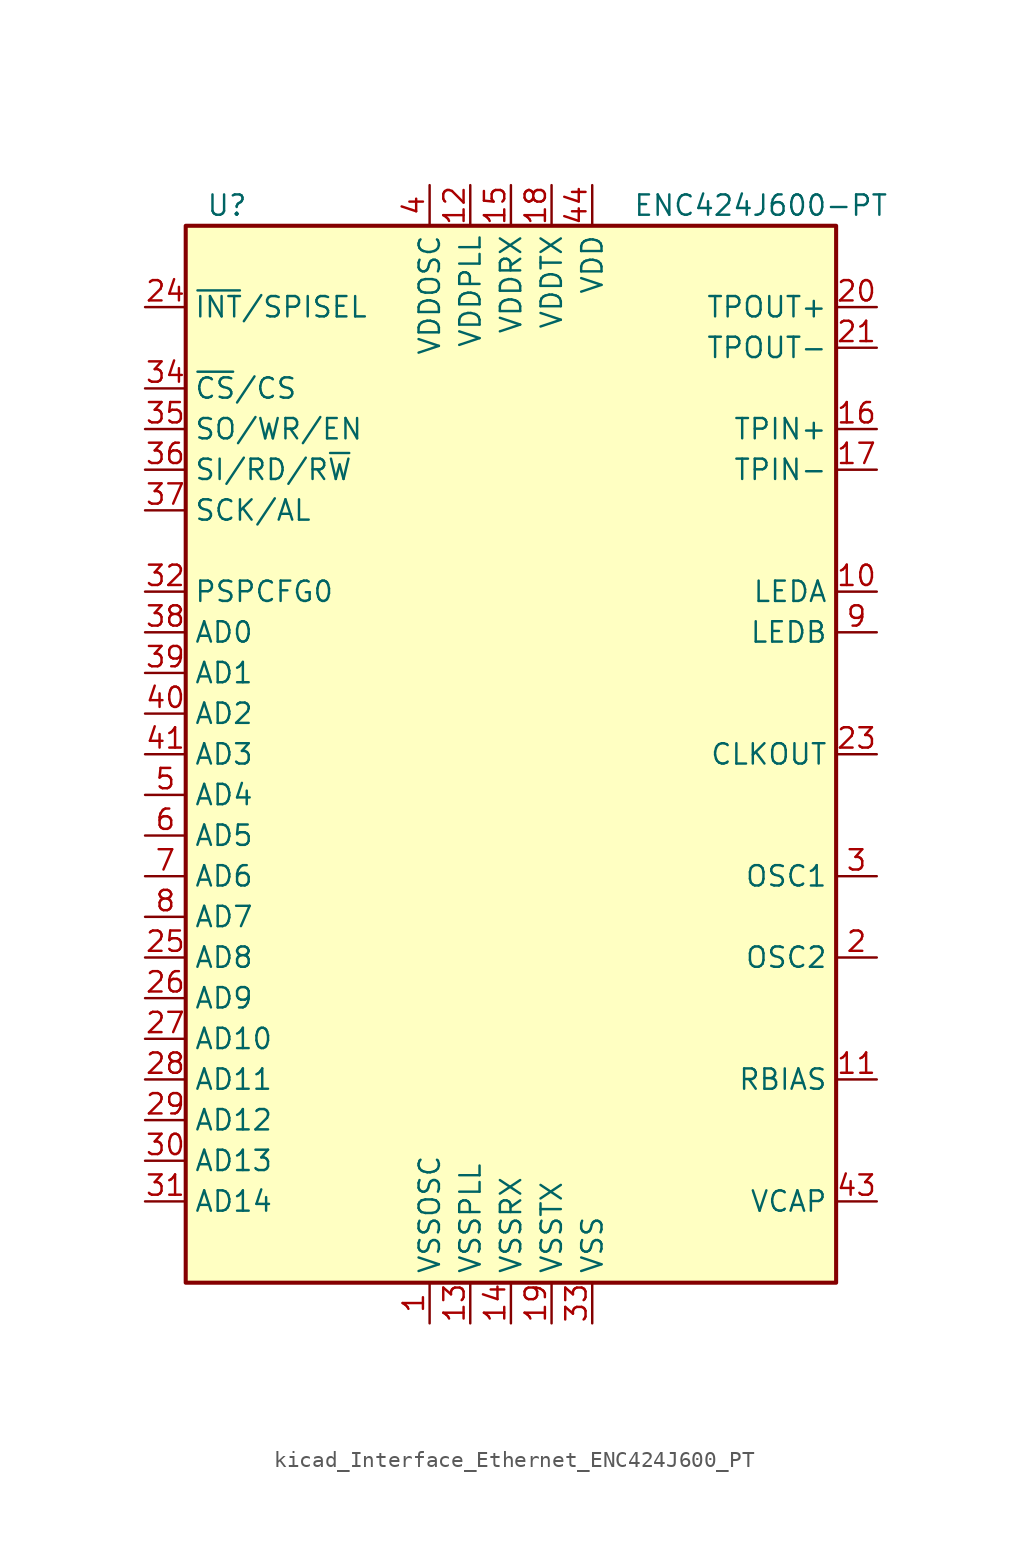
<source format=kicad_sym>
(kicad_symbol_lib
  (version 20220914)
  (generator kicad_symbol_editor)
  (symbol "kicad_Interface_Ethernet_ENC424J600_PT"
    (property "Reference" "U"
      (at -19.05 34.29 0)
      (effects (font (size 1.27 1.27)) (justify left)))
    (property "Value" "ENC424J600-PT"
      (at 7.62 34.29 0)
      (effects (font (size 1.27 1.27)) (justify left)))
    (symbol "kicad_Interface_Ethernet_ENC424J600_PT_0_1"
      (rectangle (start -20.32 33.02) (end 20.32 -33.02) (stroke (width 0.254) (type default)) (fill (type background))))
    (symbol "kicad_Interface_Ethernet_ENC424J600_PT_1_1"
      (pin power_in line (at -5.08 -35.56 90) (length 2.54) (name "VSSOSC" (effects (font (size 1.27 1.27)))) (number "1" (effects (font (size 1.27 1.27)))))
      (pin output line (at 22.86 10.16 180) (length 2.54) (name "LEDA" (effects (font (size 1.27 1.27)))) (number "10" (effects (font (size 1.27 1.27)))))
      (pin input line (at 22.86 -20.32 180) (length 2.54) (name "RBIAS" (effects (font (size 1.27 1.27)))) (number "11" (effects (font (size 1.27 1.27)))))
      (pin power_in line (at -2.54 35.56 270) (length 2.54) (name "VDDPLL" (effects (font (size 1.27 1.27)))) (number "12" (effects (font (size 1.27 1.27)))))
      (pin power_in line (at -2.54 -35.56 90) (length 2.54) (name "VSSPLL" (effects (font (size 1.27 1.27)))) (number "13" (effects (font (size 1.27 1.27)))))
      (pin power_in line (at 0 -35.56 90) (length 2.54) (name "VSSRX" (effects (font (size 1.27 1.27)))) (number "14" (effects (font (size 1.27 1.27)))))
      (pin power_in line (at 0 35.56 270) (length 2.54) (name "VDDRX" (effects (font (size 1.27 1.27)))) (number "15" (effects (font (size 1.27 1.27)))))
      (pin input line (at 22.86 20.32 180) (length 2.54) (name "TPIN+" (effects (font (size 1.27 1.27)))) (number "16" (effects (font (size 1.27 1.27)))))
      (pin input line (at 22.86 17.78 180) (length 2.54) (name "TPIN-" (effects (font (size 1.27 1.27)))) (number "17" (effects (font (size 1.27 1.27)))))
      (pin power_in line (at 2.54 35.56 270) (length 2.54) (name "VDDTX" (effects (font (size 1.27 1.27)))) (number "18" (effects (font (size 1.27 1.27)))))
      (pin power_in line (at 2.54 -35.56 90) (length 2.54) (name "VSSTX" (effects (font (size 1.27 1.27)))) (number "19" (effects (font (size 1.27 1.27)))))
      (pin output line (at 22.86 -12.7 180) (length 2.54) (name "OSC2" (effects (font (size 1.27 1.27)))) (number "2" (effects (font (size 1.27 1.27)))))
      (pin output line (at 22.86 27.94 180) (length 2.54) (name "TPOUT+" (effects (font (size 1.27 1.27)))) (number "20" (effects (font (size 1.27 1.27)))))
      (pin output line (at 22.86 25.4 180) (length 2.54) (name "TPOUT-" (effects (font (size 1.27 1.27)))) (number "21" (effects (font (size 1.27 1.27)))))
      (pin passive line (at 2.54 -35.56 90) (length 2.54) hide (name "VSSTX" (effects (font (size 1.27 1.27)))) (number "22" (effects (font (size 1.27 1.27)))))
      (pin output line (at 22.86 0 180) (length 2.54) (name "CLKOUT" (effects (font (size 1.27 1.27)))) (number "23" (effects (font (size 1.27 1.27)))))
      (pin bidirectional line (at -22.86 27.94 0) (length 2.54) (name "~{INT}/SPISEL" (effects (font (size 1.27 1.27)))) (number "24" (effects (font (size 1.27 1.27)))))
      (pin bidirectional line (at -22.86 -12.7 0) (length 2.54) (name "AD8" (effects (font (size 1.27 1.27)))) (number "25" (effects (font (size 1.27 1.27)))))
      (pin bidirectional line (at -22.86 -15.24 0) (length 2.54) (name "AD9" (effects (font (size 1.27 1.27)))) (number "26" (effects (font (size 1.27 1.27)))))
      (pin bidirectional line (at -22.86 -17.78 0) (length 2.54) (name "AD10" (effects (font (size 1.27 1.27)))) (number "27" (effects (font (size 1.27 1.27)))))
      (pin bidirectional line (at -22.86 -20.32 0) (length 2.54) (name "AD11" (effects (font (size 1.27 1.27)))) (number "28" (effects (font (size 1.27 1.27)))))
      (pin bidirectional line (at -22.86 -22.86 0) (length 2.54) (name "AD12" (effects (font (size 1.27 1.27)))) (number "29" (effects (font (size 1.27 1.27)))))
      (pin input line (at 22.86 -7.62 180) (length 2.54) (name "OSC1" (effects (font (size 1.27 1.27)))) (number "3" (effects (font (size 1.27 1.27)))))
      (pin bidirectional line (at -22.86 -25.4 0) (length 2.54) (name "AD13" (effects (font (size 1.27 1.27)))) (number "30" (effects (font (size 1.27 1.27)))))
      (pin bidirectional line (at -22.86 -27.94 0) (length 2.54) (name "AD14" (effects (font (size 1.27 1.27)))) (number "31" (effects (font (size 1.27 1.27)))))
      (pin input line (at -22.86 10.16 0) (length 2.54) (name "PSPCFG0" (effects (font (size 1.27 1.27)))) (number "32" (effects (font (size 1.27 1.27)))))
      (pin power_in line (at 5.08 -35.56 90) (length 2.54) (name "VSS" (effects (font (size 1.27 1.27)))) (number "33" (effects (font (size 1.27 1.27)))))
      (pin input line (at -22.86 22.86 0) (length 2.54) (name "~{CS}/CS" (effects (font (size 1.27 1.27)))) (number "34" (effects (font (size 1.27 1.27)))))
      (pin bidirectional line (at -22.86 20.32 0) (length 2.54) (name "SO/WR/EN" (effects (font (size 1.27 1.27)))) (number "35" (effects (font (size 1.27 1.27)))))
      (pin input line (at -22.86 17.78 0) (length 2.54) (name "SI/RD/R~{W}" (effects (font (size 1.27 1.27)))) (number "36" (effects (font (size 1.27 1.27)))))
      (pin input line (at -22.86 15.24 0) (length 2.54) (name "SCK/AL" (effects (font (size 1.27 1.27)))) (number "37" (effects (font (size 1.27 1.27)))))
      (pin bidirectional line (at -22.86 7.62 0) (length 2.54) (name "AD0" (effects (font (size 1.27 1.27)))) (number "38" (effects (font (size 1.27 1.27)))))
      (pin input line (at -22.86 5.08 0) (length 2.54) (name "AD1" (effects (font (size 1.27 1.27)))) (number "39" (effects (font (size 1.27 1.27)))))
      (pin power_in line (at -5.08 35.56 270) (length 2.54) (name "VDDOSC" (effects (font (size 1.27 1.27)))) (number "4" (effects (font (size 1.27 1.27)))))
      (pin bidirectional line (at -22.86 2.54 0) (length 2.54) (name "AD2" (effects (font (size 1.27 1.27)))) (number "40" (effects (font (size 1.27 1.27)))))
      (pin bidirectional line (at -22.86 0 0) (length 2.54) (name "AD3" (effects (font (size 1.27 1.27)))) (number "41" (effects (font (size 1.27 1.27)))))
      (pin passive line (at 5.08 -35.56 90) (length 2.54) hide (name "VSS" (effects (font (size 1.27 1.27)))) (number "42" (effects (font (size 1.27 1.27)))))
      (pin input line (at 22.86 -27.94 180) (length 2.54) (name "VCAP" (effects (font (size 1.27 1.27)))) (number "43" (effects (font (size 1.27 1.27)))))
      (pin power_in line (at 5.08 35.56 270) (length 2.54) (name "VDD" (effects (font (size 1.27 1.27)))) (number "44" (effects (font (size 1.27 1.27)))))
      (pin bidirectional line (at -22.86 -2.54 0) (length 2.54) (name "AD4" (effects (font (size 1.27 1.27)))) (number "5" (effects (font (size 1.27 1.27)))))
      (pin bidirectional line (at -22.86 -5.08 0) (length 2.54) (name "AD5" (effects (font (size 1.27 1.27)))) (number "6" (effects (font (size 1.27 1.27)))))
      (pin bidirectional line (at -22.86 -7.62 0) (length 2.54) (name "AD6" (effects (font (size 1.27 1.27)))) (number "7" (effects (font (size 1.27 1.27)))))
      (pin bidirectional line (at -22.86 -10.16 0) (length 2.54) (name "AD7" (effects (font (size 1.27 1.27)))) (number "8" (effects (font (size 1.27 1.27)))))
      (pin output line (at 22.86 7.62 180) (length 2.54) (name "LEDB" (effects (font (size 1.27 1.27)))) (number "9" (effects (font (size 1.27 1.27))))))))
</source>
